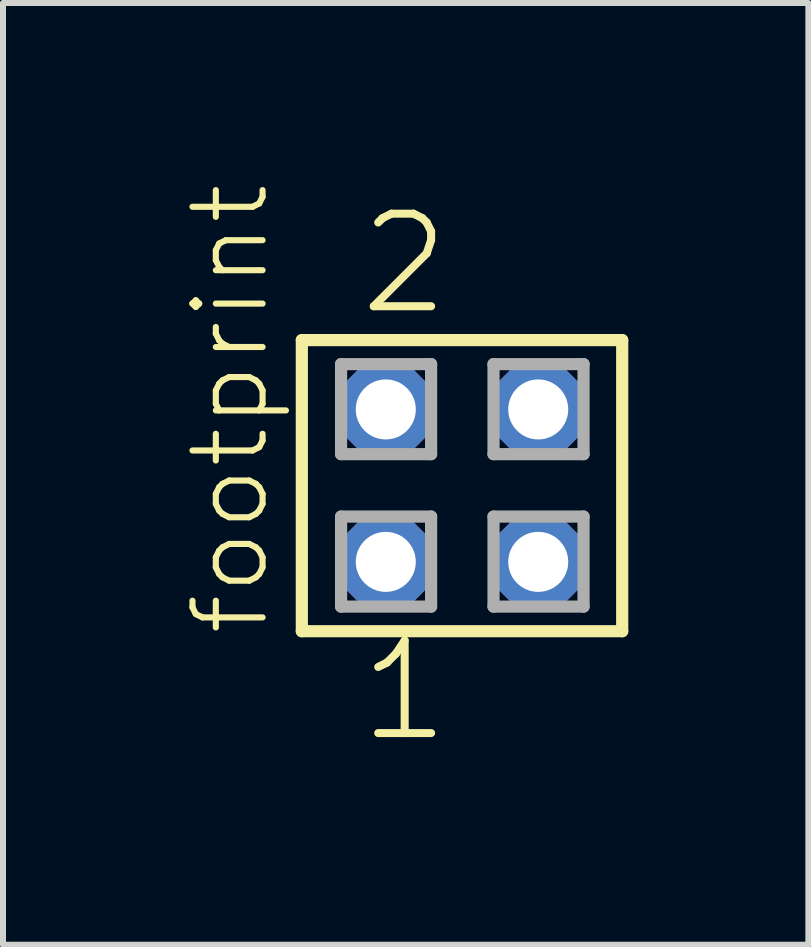
<source format=kicad_pcb>
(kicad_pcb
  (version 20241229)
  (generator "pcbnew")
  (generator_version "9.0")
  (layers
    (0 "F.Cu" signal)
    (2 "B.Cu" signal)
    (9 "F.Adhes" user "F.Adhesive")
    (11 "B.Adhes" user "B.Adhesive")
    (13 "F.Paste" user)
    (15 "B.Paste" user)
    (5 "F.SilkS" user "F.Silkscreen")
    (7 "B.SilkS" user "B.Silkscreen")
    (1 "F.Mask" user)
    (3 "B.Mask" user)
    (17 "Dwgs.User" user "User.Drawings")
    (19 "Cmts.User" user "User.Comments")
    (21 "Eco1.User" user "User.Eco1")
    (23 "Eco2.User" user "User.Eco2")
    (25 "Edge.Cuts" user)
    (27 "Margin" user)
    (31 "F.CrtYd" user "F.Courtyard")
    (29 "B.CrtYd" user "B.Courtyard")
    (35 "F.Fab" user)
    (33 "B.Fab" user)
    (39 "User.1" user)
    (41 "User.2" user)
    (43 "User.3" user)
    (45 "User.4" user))
  (footprint "footprint"
    (layer "F.Cu")
    (at 4.648 5.042)
    (property "Reference" "footprint" (at -3.175 2.54 90) (layer "F.SilkS") (effects (font (size 1.168 1.168) (thickness 0.102)) (justify left bottom)))
    (fp_line (start -2.669 -2.425) (end 2.669 -2.425) (stroke (width 0.203) (type solid)) (layer "F.SilkS"))
    (fp_line (start -2.669 2.425) (end -2.669 -2.425) (stroke (width 0.203) (type solid)) (layer "F.SilkS"))
    (fp_line (start 2.669 -2.425) (end 2.669 2.425) (stroke (width 0.203) (type solid)) (layer "F.SilkS"))
    (fp_line (start 2.669 2.425) (end -2.669 2.425) (stroke (width 0.203) (type solid)) (layer "F.SilkS"))
    (fp_line (start -2.015 -2.025) (end -0.515 -2.025) (stroke (width 0.203) (type solid)) (layer "F.Fab"))
    (fp_line (start -2.015 -0.525) (end -2.015 -2.025) (stroke (width 0.203) (type solid)) (layer "F.Fab"))
    (fp_line (start -2.015 0.515) (end -0.515 0.515) (stroke (width 0.203) (type solid)) (layer "F.Fab"))
    (fp_line (start -2.015 2.015) (end -2.015 0.515) (stroke (width 0.203) (type solid)) (layer "F.Fab"))
    (fp_line (start -0.515 -2.025) (end -0.515 -0.525) (stroke (width 0.203) (type solid)) (layer "F.Fab"))
    (fp_line (start -0.515 -0.525) (end -2.015 -0.525) (stroke (width 0.203) (type solid)) (layer "F.Fab"))
    (fp_line (start -0.515 0.515) (end -0.515 2.015) (stroke (width 0.203) (type solid)) (layer "F.Fab"))
    (fp_line (start -0.515 2.015) (end -2.015 2.015) (stroke (width 0.203) (type solid)) (layer "F.Fab"))
    (fp_line (start 0.525 -2.025) (end 2.025 -2.025) (stroke (width 0.203) (type solid)) (layer "F.Fab"))
    (fp_line (start 0.525 -0.525) (end 0.525 -2.025) (stroke (width 0.203) (type solid)) (layer "F.Fab"))
    (fp_line (start 0.525 0.515) (end 2.025 0.515) (stroke (width 0.203) (type solid)) (layer "F.Fab"))
    (fp_line (start 0.525 2.015) (end 0.525 0.515) (stroke (width 0.203) (type solid)) (layer "F.Fab"))
    (fp_line (start 2.025 -2.025) (end 2.025 -0.525) (stroke (width 0.203) (type solid)) (layer "F.Fab"))
    (fp_line (start 2.025 -0.525) (end 0.525 -0.525) (stroke (width 0.203) (type solid)) (layer "F.Fab"))
    (fp_line (start 2.025 0.515) (end 2.025 2.015) (stroke (width 0.203) (type solid)) (layer "F.Fab"))
    (fp_line (start 2.025 2.015) (end 0.525 2.015) (stroke (width 0.203) (type solid)) (layer "F.Fab"))
    (fp_text user "2" (at -1.778 -2.794 0) (layer "F.SilkS") (effects (font (size 1.542 1.542) (thickness 0.134)) (justify left bottom)))
    (fp_text user "1" (at -1.778 4.318 0) (layer "F.SilkS") (effects (font (size 1.542 1.542) (thickness 0.134)) (justify left bottom)))
    (pad "1" thru_hole roundrect (at -1.27 1.27) (size 1.5 1.5) (drill 1) (layers "*.Cu" "*.Mask") (roundrect_rratio 0.25) (chamfer_ratio 0.25) (chamfer top_left top_right bottom_left bottom_right))
    (pad "2" thru_hole roundrect (at -1.27 -1.27) (size 1.5 1.5) (drill 1) (layers "*.Cu" "*.Mask") (roundrect_rratio 0.25) (chamfer_ratio 0.25) (chamfer top_left top_right bottom_left bottom_right))
    (pad "3" thru_hole roundrect (at 1.27 1.27) (size 1.5 1.5) (drill 1) (layers "*.Cu" "*.Mask") (roundrect_rratio 0.25) (chamfer_ratio 0.25) (chamfer top_left top_right bottom_left bottom_right))
    (pad "4" thru_hole roundrect (at 1.27 -1.27) (size 1.5 1.5) (drill 1) (layers "*.Cu" "*.Mask") (roundrect_rratio 0.25) (chamfer_ratio 0.25) (chamfer top_left top_right bottom_left bottom_right)))
  (gr_rect
    (start -3 -3)
    (end 10.419 12.691)
    (stroke (width 0.1) (type default))
    (fill no)
    (layer "Edge.Cuts")))
</source>
